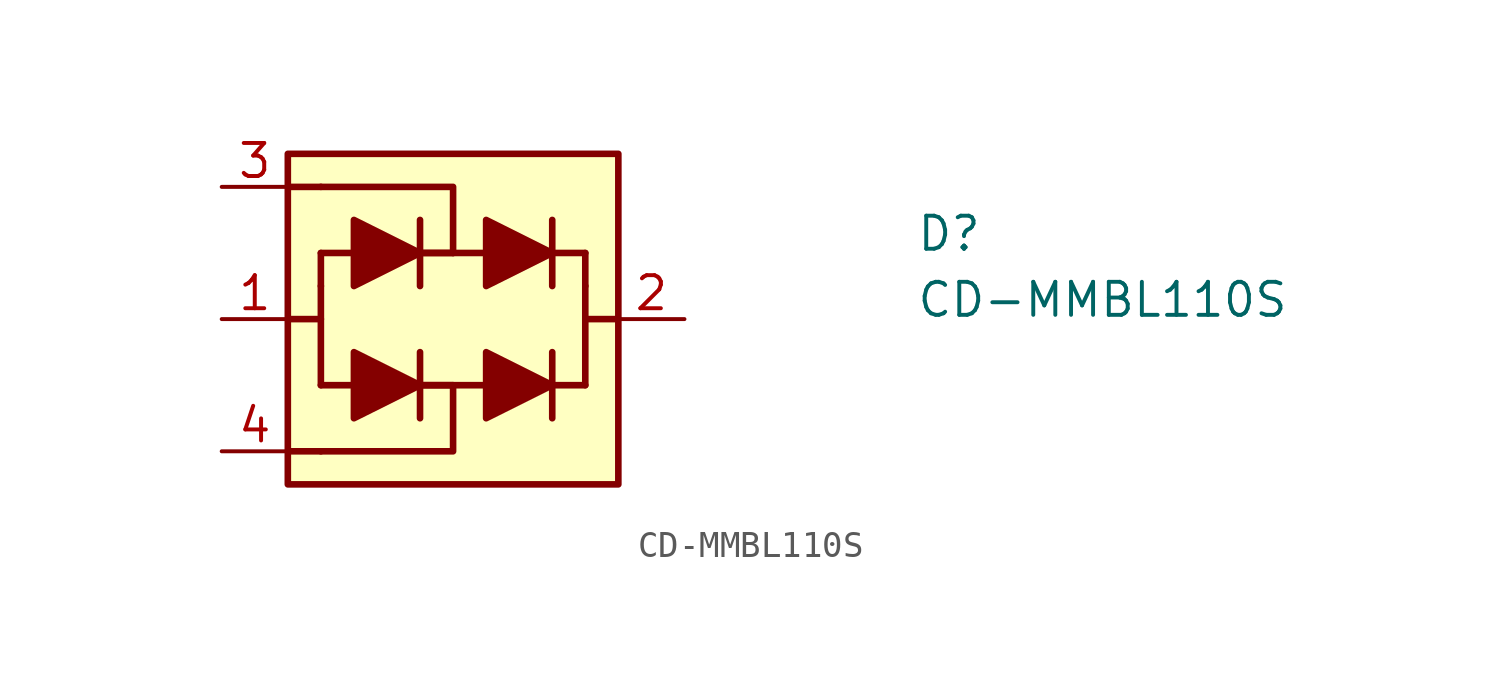
<source format=kicad_sym>
(kicad_symbol_lib
  (version 20211014)
  (generator kicad_symbol_editor)
  (symbol "CD-MMBL110S"
    (pin_names hide)
    (property "Reference" "D"
      (at 26.67 -2.54 0)
      (effects (font (size 1.27 1.27) (thickness 0.15)) (justify left bottom)))
    (property "Value" "CD-MMBL110S"
      (at 26.67 -5.08 0)
      (effects (font (size 1.27 1.27) (thickness 0.15)) (justify left bottom)))
    (symbol "CD-MMBL110S_1_1"
      (polyline (pts (xy 2.54 -5.08) (xy 3.81 -5.08)) (stroke (width 0.254) (type default) (color 0 0 0 0)) (fill (type none)))
      (polyline (pts (xy 3.81 -10.16) (xy 2.54 -10.16)) (stroke (width 0.254) (type default) (color 0 0 0 0)) (fill (type none)))
      (polyline (pts (xy 3.81 -3.81) (xy 3.81 -7.62)) (stroke (width 0.254) (type default) (color 0 0 0 0)) (fill (type none)))
      (polyline (pts (xy 3.81 -2.54) (xy 3.81 -3.81)) (stroke (width 0.254) (type default) (color 0 0 0 0)) (fill (type none)))
      (polyline (pts (xy 3.81 0) (xy 2.54 0)) (stroke (width 0.254) (type default) (color 0 0 0 0)) (fill (type none)))
      (polyline (pts (xy 5.08 -7.62) (xy 3.81 -7.62)) (stroke (width 0.254) (type default) (color 0 0 0 0)) (fill (type none)))
      (polyline (pts (xy 5.08 -2.54) (xy 3.81 -2.54)) (stroke (width 0.254) (type default) (color 0 0 0 0)) (fill (type none)))
      (polyline (pts (xy 7.62 -6.35) (xy 7.62 -8.89)) (stroke (width 0.254) (type default) (color 0 0 0 0)) (fill (type none)))
      (polyline (pts (xy 7.62 -1.27) (xy 7.62 -3.81)) (stroke (width 0.254) (type default) (color 0 0 0 0)) (fill (type none)))
      (polyline (pts (xy 8.89 -7.62) (xy 7.62 -7.62)) (stroke (width 0.254) (type default) (color 0 0 0 0)) (fill (type none)))
      (polyline (pts (xy 8.89 -2.54) (xy 7.62 -2.54)) (stroke (width 0.254) (type default) (color 0 0 0 0)) (fill (type none)))
      (polyline (pts (xy 10.16 -7.62) (xy 6.35 -7.62)) (stroke (width 0.254) (type default) (color 0 0 0 0)) (fill (type none)))
      (polyline (pts (xy 10.16 -2.54) (xy 6.35 -2.54)) (stroke (width 0.254) (type default) (color 0 0 0 0)) (fill (type none)))
      (polyline (pts (xy 12.7 -7.62) (xy 13.97 -7.62)) (stroke (width 0.254) (type default) (color 0 0 0 0)) (fill (type none)))
      (polyline (pts (xy 12.7 -6.35) (xy 12.7 -8.89)) (stroke (width 0.254) (type default) (color 0 0 0 0)) (fill (type none)))
      (polyline (pts (xy 12.7 -2.54) (xy 13.97 -2.54)) (stroke (width 0.254) (type default) (color 0 0 0 0)) (fill (type none)))
      (polyline (pts (xy 12.7 -1.27) (xy 12.7 -3.81)) (stroke (width 0.254) (type default) (color 0 0 0 0)) (fill (type none)))
      (polyline (pts (xy 13.97 -5.08) (xy 15.24 -5.08)) (stroke (width 0.254) (type default) (color 0 0 0 0)) (fill (type none)))
      (polyline (pts (xy 13.97 -3.81) (xy 13.97 -7.62)) (stroke (width 0.254) (type default) (color 0 0 0 0)) (fill (type none)))
      (polyline (pts (xy 13.97 -2.54) (xy 13.97 -3.81)) (stroke (width 0.254) (type default) (color 0 0 0 0)) (fill (type none)))
      (polyline (pts (xy 8.89 -7.62) (xy 8.89 -10.16) (xy 3.81 -10.16)) (stroke (width 0.254) (type default) (color 0 0 0 0)) (fill (type none)))
      (polyline (pts (xy 8.89 -2.54) (xy 8.89 0) (xy 3.81 0)) (stroke (width 0.254) (type default) (color 0 0 0 0)) (fill (type none)))
      (polyline (pts (xy 5.08 -6.35) (xy 5.08 -8.89) (xy 7.62 -7.62) (xy 5.08 -6.35)) (stroke (width 0.254) (type default) (color 0 0 0 0)) (fill (type outline)))
      (polyline (pts (xy 5.08 -1.27) (xy 5.08 -3.81) (xy 7.62 -2.54) (xy 5.08 -1.27)) (stroke (width 0.254) (type default) (color 0 0 0 0)) (fill (type outline)))
      (polyline (pts (xy 10.16 -6.35) (xy 10.16 -8.89) (xy 12.7 -7.62) (xy 10.16 -6.35)) (stroke (width 0.254) (type default) (color 0 0 0 0)) (fill (type outline)))
      (polyline (pts (xy 10.16 -1.27) (xy 10.16 -3.81) (xy 12.7 -2.54) (xy 10.16 -1.27)) (stroke (width 0.254) (type default) (color 0 0 0 0)) (fill (type outline)))
      (rectangle (start 2.54 1.27) (end 15.24 -11.43) (stroke (width 0.254) (type default) (color 0 0 0 0)) (fill (type background)))
      (pin output line (at 0 -5.08 0) (length 2.54) (name "1" (effects (font (size 1.27 1.27)))) (number "1" (effects (font (size 1.27 1.27)))))
      (pin output line (at 17.78 -5.08 180) (length 2.54) (name "2" (effects (font (size 1.27 1.27)))) (number "2" (effects (font (size 1.27 1.27)))))
      (pin input line (at 0 0 0) (length 2.54) (name "3" (effects (font (size 1.27 1.27)))) (number "3" (effects (font (size 1.27 1.27)))))
      (pin input line (at 0 -10.16 0) (length 2.54) (name "4" (effects (font (size 1.27 1.27)))) (number "4" (effects (font (size 1.27 1.27))))))))
</source>
